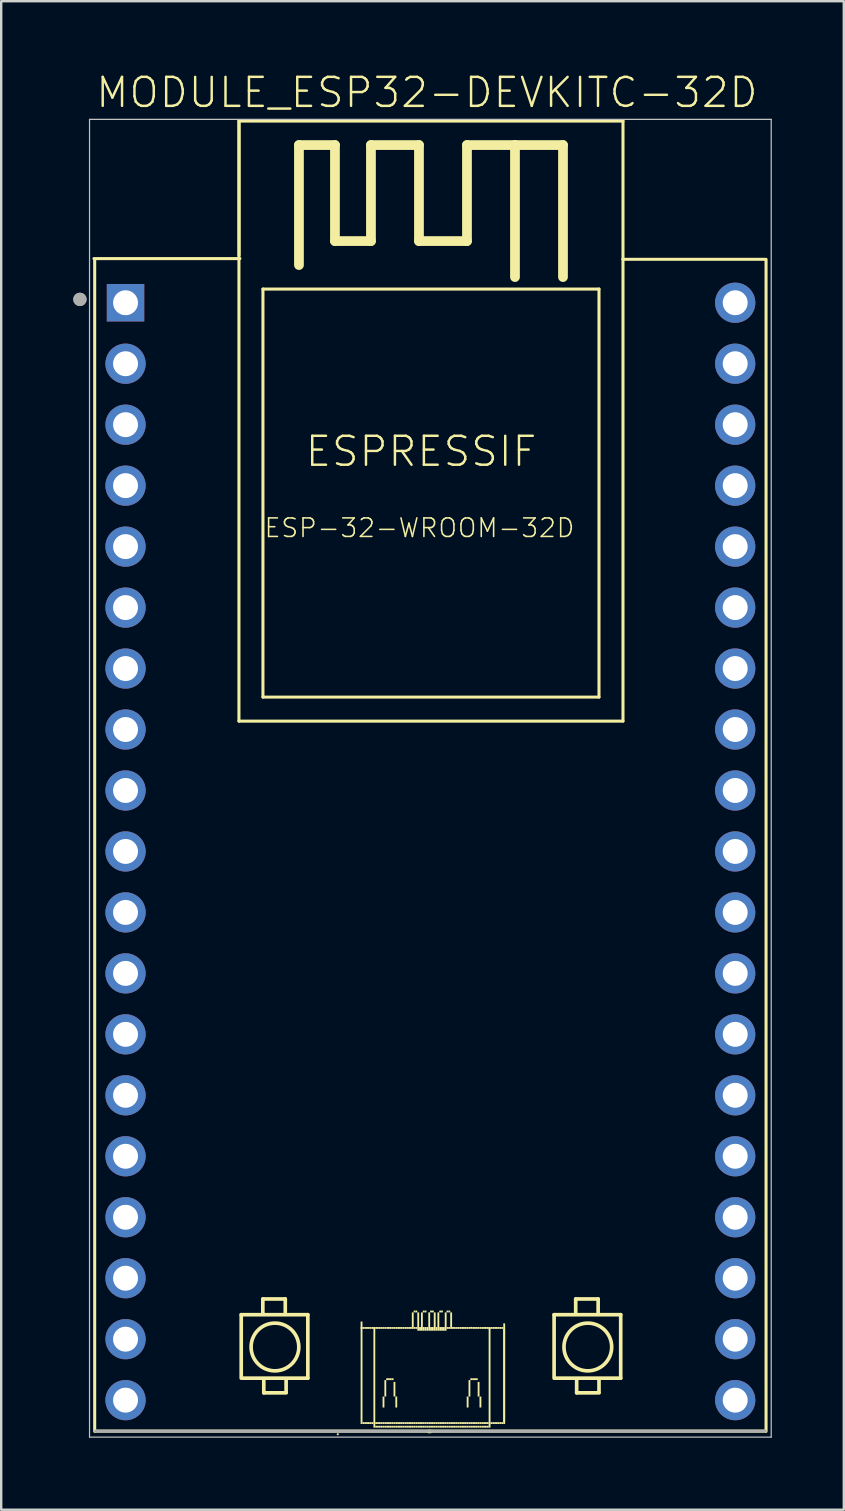
<source format=kicad_pcb>
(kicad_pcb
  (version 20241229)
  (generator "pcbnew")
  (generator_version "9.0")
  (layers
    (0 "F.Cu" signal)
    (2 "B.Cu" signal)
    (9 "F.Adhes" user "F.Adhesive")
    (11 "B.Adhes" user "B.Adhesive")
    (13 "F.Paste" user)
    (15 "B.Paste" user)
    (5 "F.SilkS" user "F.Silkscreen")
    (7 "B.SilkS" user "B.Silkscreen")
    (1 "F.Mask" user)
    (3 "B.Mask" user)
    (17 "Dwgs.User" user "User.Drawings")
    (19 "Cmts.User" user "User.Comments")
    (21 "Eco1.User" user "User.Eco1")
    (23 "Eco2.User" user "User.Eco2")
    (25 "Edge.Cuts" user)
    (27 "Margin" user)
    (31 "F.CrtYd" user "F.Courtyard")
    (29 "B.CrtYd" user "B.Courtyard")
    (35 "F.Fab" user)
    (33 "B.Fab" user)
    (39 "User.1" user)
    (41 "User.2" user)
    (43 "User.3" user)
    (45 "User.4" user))
  (footprint "MODULE_ESP32-DEVKITC-32D"
    (layer "F.Cu")
    (at 14.88 29.323)
    (property "Reference" "MODULE_ESP32-DEVKITC-32D" (at -14.005 -27.811 0) (layer "F.SilkS") (effects (font (size 1.207 1.207) (thickness 0.102)) (justify left bottom)))
    (attr through_hole)
    (fp_line (start -14.015 -21.6) (end -7.935 -21.6) (stroke (width 0.127) (type solid)) (layer "F.SilkS"))
    (fp_line (start -13.985 27.26) (end -13.985 -21.57) (stroke (width 0.127) (type solid)) (layer "F.SilkS"))
    (fp_line (start -7.975 -27.33) (end -7.975 -2.33) (stroke (width 0.127) (type solid)) (layer "F.SilkS"))
    (fp_line (start -7.975 -2.33) (end 8.025 -2.33) (stroke (width 0.127) (type solid)) (layer "F.SilkS"))
    (fp_line (start -7.97 -21.745) (end -7.97 -27.315) (stroke (width 0.127) (type solid)) (layer "F.SilkS"))
    (fp_line (start -7.88 22.4) (end -5.105 22.4) (stroke (width 0.152) (type solid)) (layer "F.SilkS"))
    (fp_line (start -7.88 25.045) (end -7.88 22.4) (stroke (width 0.152) (type solid)) (layer "F.SilkS"))
    (fp_line (start -6.98 21.745) (end -6.045 21.745) (stroke (width 0.152) (type solid)) (layer "F.SilkS"))
    (fp_line (start -6.98 22.365) (end -6.98 21.745) (stroke (width 0.152) (type solid)) (layer "F.SilkS"))
    (fp_line (start -6.975 -20.33) (end -6.975 -3.33) (stroke (width 0.127) (type solid)) (layer "F.SilkS"))
    (fp_line (start -6.975 -3.33) (end 7.025 -3.33) (stroke (width 0.127) (type solid)) (layer "F.SilkS"))
    (fp_line (start -6.94 25.655) (end -6.94 25.095) (stroke (width 0.152) (type solid)) (layer "F.SilkS"))
    (fp_line (start -6.045 21.745) (end -6.045 22.305) (stroke (width 0.152) (type solid)) (layer "F.SilkS"))
    (fp_line (start -6.01 25.62) (end -6.01 25.09) (stroke (width 0.152) (type solid)) (layer "F.SilkS"))
    (fp_line (start -6.005 25.655) (end -6.94 25.655) (stroke (width 0.152) (type solid)) (layer "F.SilkS"))
    (fp_line (start -5.475 -26.33) (end -3.975 -26.33) (stroke (width 0.406) (type solid)) (layer "F.SilkS"))
    (fp_line (start -5.475 -21.33) (end -5.475 -26.33) (stroke (width 0.406) (type solid)) (layer "F.SilkS"))
    (fp_line (start -5.105 22.4) (end -5.105 25.045) (stroke (width 0.152) (type solid)) (layer "F.SilkS"))
    (fp_line (start -5.105 25.045) (end -7.815 25.045) (stroke (width 0.152) (type solid)) (layer "F.SilkS"))
    (fp_line (start -3.975 -26.33) (end -3.975 -22.33) (stroke (width 0.406) (type solid)) (layer "F.SilkS"))
    (fp_line (start -3.975 -22.33) (end -2.475 -22.33) (stroke (width 0.406) (type solid)) (layer "F.SilkS"))
    (fp_line (start -2.475 -26.33) (end -0.475 -26.33) (stroke (width 0.406) (type solid)) (layer "F.SilkS"))
    (fp_line (start -2.475 -22.33) (end -2.475 -26.33) (stroke (width 0.406) (type solid)) (layer "F.SilkS"))
    (fp_line (start -0.475 -26.33) (end -0.475 -22.33) (stroke (width 0.406) (type solid)) (layer "F.SilkS"))
    (fp_line (start -0.475 -22.33) (end 1.525 -22.33) (stroke (width 0.406) (type solid)) (layer "F.SilkS"))
    (fp_line (start 0 27.265) (end -0.07 27.265) (stroke (width 0.152) (type solid)) (layer "F.SilkS"))
    (fp_line (start 1.525 -26.33) (end 3.525 -26.33) (stroke (width 0.406) (type solid)) (layer "F.SilkS"))
    (fp_line (start 1.525 -22.33) (end 1.525 -26.33) (stroke (width 0.406) (type solid)) (layer "F.SilkS"))
    (fp_line (start 3.525 -26.33) (end 3.525 -20.83) (stroke (width 0.406) (type solid)) (layer "F.SilkS"))
    (fp_line (start 3.525 -26.33) (end 5.525 -26.33) (stroke (width 0.406) (type solid)) (layer "F.SilkS"))
    (fp_line (start 5.155 22.4) (end 7.93 22.4) (stroke (width 0.152) (type solid)) (layer "F.SilkS"))
    (fp_line (start 5.155 25.045) (end 5.155 22.4) (stroke (width 0.152) (type solid)) (layer "F.SilkS"))
    (fp_line (start 5.525 -26.33) (end 5.525 -20.83) (stroke (width 0.406) (type solid)) (layer "F.SilkS"))
    (fp_line (start 6.055 21.745) (end 6.99 21.745) (stroke (width 0.152) (type solid)) (layer "F.SilkS"))
    (fp_line (start 6.055 22.365) (end 6.055 21.745) (stroke (width 0.152) (type solid)) (layer "F.SilkS"))
    (fp_line (start 6.095 25.655) (end 6.095 25.095) (stroke (width 0.152) (type solid)) (layer "F.SilkS"))
    (fp_line (start 6.99 21.745) (end 6.99 22.305) (stroke (width 0.152) (type solid)) (layer "F.SilkS"))
    (fp_line (start 7.025 -20.33) (end -6.975 -20.33) (stroke (width 0.127) (type solid)) (layer "F.SilkS"))
    (fp_line (start 7.025 -3.33) (end 7.025 -20.33) (stroke (width 0.127) (type solid)) (layer "F.SilkS"))
    (fp_line (start 7.025 25.62) (end 7.025 25.09) (stroke (width 0.152) (type solid)) (layer "F.SilkS"))
    (fp_line (start 7.03 25.655) (end 6.095 25.655) (stroke (width 0.152) (type solid)) (layer "F.SilkS"))
    (fp_line (start 7.93 22.4) (end 7.93 25.045) (stroke (width 0.152) (type solid)) (layer "F.SilkS"))
    (fp_line (start 7.93 25.045) (end 5.22 25.045) (stroke (width 0.152) (type solid)) (layer "F.SilkS"))
    (fp_line (start 8.025 -27.33) (end -7.975 -27.33) (stroke (width 0.127) (type solid)) (layer "F.SilkS"))
    (fp_line (start 8.025 -21.57) (end 8.025 -27.33) (stroke (width 0.127) (type solid)) (layer "F.SilkS"))
    (fp_line (start 8.025 -2.33) (end 8.025 -21.57) (stroke (width 0.127) (type solid)) (layer "F.SilkS"))
    (fp_line (start 13.925 -21.57) (end 8.025 -21.57) (stroke (width 0.127) (type solid)) (layer "F.SilkS"))
    (fp_line (start 13.95 27.25) (end -13.95 27.25) (stroke (width 0.127) (type solid)) (layer "F.SilkS"))
    (fp_line (start 13.985 27.26) (end 13.985 -21.57) (stroke (width 0.127) (type solid)) (layer "F.SilkS"))
    (fp_circle (center -6.475 23.745) (end -5.481 23.745) (stroke (width 0.152) (type solid)) (fill no) (layer "F.SilkS"))
    (fp_circle (center 6.56 23.745) (end 7.554 23.745) (stroke (width 0.152) (type solid)) (fill no) (layer "F.SilkS"))
    (fp_poly (pts (xy -3.895 27.343) (xy -3.895 27.419) (xy -3.819 27.419) (xy -3.819 27.343)) (stroke (width 0) (type solid)) (fill yes) (layer "F.SilkS"))
    (fp_poly (pts (xy -2.906 22.685) (xy -2.906 26.876) (xy -2.829 26.876) (xy -2.829 22.685)) (stroke (width 0) (type solid)) (fill yes) (layer "F.SilkS"))
    (fp_poly (pts (xy -2.906 22.914) (xy -2.906 22.99) (xy -2.829 22.99) (xy -2.829 22.914)) (stroke (width 0) (type solid)) (fill yes) (layer "F.SilkS"))
    (fp_poly (pts (xy -2.906 26.876) (xy -2.906 26.953) (xy -2.829 26.953) (xy -2.829 26.876)) (stroke (width 0) (type solid)) (fill yes) (layer "F.SilkS"))
    (fp_poly (pts (xy -2.829 22.914) (xy -2.829 22.99) (xy -2.753 22.99) (xy -2.753 22.914)) (stroke (width 0) (type solid)) (fill yes) (layer "F.SilkS"))
    (fp_poly (pts (xy -2.829 26.876) (xy -2.829 26.953) (xy -2.753 26.953) (xy -2.753 26.876)) (stroke (width 0) (type solid)) (fill yes) (layer "F.SilkS"))
    (fp_poly (pts (xy -2.753 22.914) (xy -2.753 22.99) (xy -2.677 22.99) (xy -2.677 22.914)) (stroke (width 0) (type solid)) (fill yes) (layer "F.SilkS"))
    (fp_poly (pts (xy -2.753 26.876) (xy -2.753 26.953) (xy -2.677 26.953) (xy -2.677 26.876)) (stroke (width 0) (type solid)) (fill yes) (layer "F.SilkS"))
    (fp_poly (pts (xy -2.677 22.914) (xy -2.677 22.99) (xy -2.601 22.99) (xy -2.601 22.914)) (stroke (width 0) (type solid)) (fill yes) (layer "F.SilkS"))
    (fp_poly (pts (xy -2.677 26.876) (xy -2.677 26.953) (xy -2.601 26.953) (xy -2.601 26.876)) (stroke (width 0) (type solid)) (fill yes) (layer "F.SilkS"))
    (fp_poly (pts (xy -2.601 22.914) (xy -2.601 22.99) (xy -2.525 22.99) (xy -2.525 22.914)) (stroke (width 0) (type solid)) (fill yes) (layer "F.SilkS"))
    (fp_poly (pts (xy -2.601 26.876) (xy -2.601 26.953) (xy -2.525 26.953) (xy -2.525 26.876)) (stroke (width 0) (type solid)) (fill yes) (layer "F.SilkS"))
    (fp_poly (pts (xy -2.525 22.914) (xy -2.525 22.99) (xy -2.448 22.99) (xy -2.448 22.914)) (stroke (width 0) (type solid)) (fill yes) (layer "F.SilkS"))
    (fp_poly (pts (xy -2.525 26.876) (xy -2.525 26.953) (xy -2.448 26.953) (xy -2.448 26.876)) (stroke (width 0) (type solid)) (fill yes) (layer "F.SilkS"))
    (fp_poly (pts (xy -2.448 22.914) (xy -2.448 22.99) (xy -2.372 22.99) (xy -2.372 22.914)) (stroke (width 0) (type solid)) (fill yes) (layer "F.SilkS"))
    (fp_poly (pts (xy -2.448 26.876) (xy -2.448 26.953) (xy -2.372 26.953) (xy -2.372 26.876)) (stroke (width 0) (type solid)) (fill yes) (layer "F.SilkS"))
    (fp_poly (pts (xy -2.379 22.914) (xy -2.379 22.99) (xy -2.302 22.99) (xy -2.302 22.914)) (stroke (width 0) (type solid)) (fill yes) (layer "F.SilkS"))
    (fp_poly (pts (xy -2.372 22.914) (xy -2.372 27.105) (xy -2.296 27.105) (xy -2.296 22.914)) (stroke (width 0) (type solid)) (fill yes) (layer "F.SilkS"))
    (fp_poly (pts (xy -2.296 22.914) (xy -2.296 22.99) (xy -2.22 22.99) (xy -2.22 22.914)) (stroke (width 0) (type solid)) (fill yes) (layer "F.SilkS"))
    (fp_poly (pts (xy -2.296 26.876) (xy -2.296 26.953) (xy -2.22 26.953) (xy -2.22 26.876)) (stroke (width 0) (type solid)) (fill yes) (layer "F.SilkS"))
    (fp_poly (pts (xy -2.296 27.029) (xy -2.296 27.105) (xy -2.22 27.105) (xy -2.22 27.029)) (stroke (width 0) (type solid)) (fill yes) (layer "F.SilkS"))
    (fp_poly (pts (xy -2.22 22.914) (xy -2.22 22.99) (xy -2.144 22.99) (xy -2.144 22.914)) (stroke (width 0) (type solid)) (fill yes) (layer "F.SilkS"))
    (fp_poly (pts (xy -2.22 26.876) (xy -2.22 26.953) (xy -2.144 26.953) (xy -2.144 26.876)) (stroke (width 0) (type solid)) (fill yes) (layer "F.SilkS"))
    (fp_poly (pts (xy -2.22 27.029) (xy -2.22 27.105) (xy -2.144 27.105) (xy -2.144 27.029)) (stroke (width 0) (type solid)) (fill yes) (layer "F.SilkS"))
    (fp_poly (pts (xy -2.144 22.914) (xy -2.144 22.99) (xy -2.067 22.99) (xy -2.067 22.914)) (stroke (width 0) (type solid)) (fill yes) (layer "F.SilkS"))
    (fp_poly (pts (xy -2.144 26.876) (xy -2.144 26.953) (xy -2.067 26.953) (xy -2.067 26.876)) (stroke (width 0) (type solid)) (fill yes) (layer "F.SilkS"))
    (fp_poly (pts (xy -2.144 27.029) (xy -2.144 27.105) (xy -2.067 27.105) (xy -2.067 27.029)) (stroke (width 0) (type solid)) (fill yes) (layer "F.SilkS"))
    (fp_poly (pts (xy -2.067 22.914) (xy -2.067 22.99) (xy -1.991 22.99) (xy -1.991 22.914)) (stroke (width 0) (type solid)) (fill yes) (layer "F.SilkS"))
    (fp_poly (pts (xy -2.067 26.876) (xy -2.067 26.953) (xy -1.991 26.953) (xy -1.991 26.876)) (stroke (width 0) (type solid)) (fill yes) (layer "F.SilkS"))
    (fp_poly (pts (xy -2.067 27.029) (xy -2.067 27.105) (xy -1.991 27.105) (xy -1.991 27.029)) (stroke (width 0) (type solid)) (fill yes) (layer "F.SilkS"))
    (fp_poly (pts (xy -1.991 22.914) (xy -1.991 22.99) (xy -1.915 22.99) (xy -1.915 22.914)) (stroke (width 0) (type solid)) (fill yes) (layer "F.SilkS"))
    (fp_poly (pts (xy -1.991 25.81) (xy -1.991 26.267) (xy -1.915 26.267) (xy -1.915 25.81)) (stroke (width 0) (type solid)) (fill yes) (layer "F.SilkS"))
    (fp_poly (pts (xy -1.991 26.876) (xy -1.991 26.953) (xy -1.915 26.953) (xy -1.915 26.876)) (stroke (width 0) (type solid)) (fill yes) (layer "F.SilkS"))
    (fp_poly (pts (xy -1.991 27.029) (xy -1.991 27.105) (xy -1.915 27.105) (xy -1.915 27.029)) (stroke (width 0) (type solid)) (fill yes) (layer "F.SilkS"))
    (fp_poly (pts (xy -1.915 22.914) (xy -1.915 22.99) (xy -1.839 22.99) (xy -1.839 22.914)) (stroke (width 0) (type solid)) (fill yes) (layer "F.SilkS"))
    (fp_poly (pts (xy -1.915 25.124) (xy -1.915 25.81) (xy -1.839 25.81) (xy -1.839 25.124)) (stroke (width 0) (type solid)) (fill yes) (layer "F.SilkS"))
    (fp_poly (pts (xy -1.915 26.876) (xy -1.915 26.953) (xy -1.839 26.953) (xy -1.839 26.876)) (stroke (width 0) (type solid)) (fill yes) (layer "F.SilkS"))
    (fp_poly (pts (xy -1.915 27.029) (xy -1.915 27.105) (xy -1.839 27.105) (xy -1.839 27.029)) (stroke (width 0) (type solid)) (fill yes) (layer "F.SilkS"))
    (fp_poly (pts (xy -1.839 25.048) (xy -1.839 25.124) (xy -1.763 25.124) (xy -1.763 25.048)) (stroke (width 0) (type solid)) (fill yes) (layer "F.SilkS"))
    (fp_poly (pts (xy -1.839 26.876) (xy -1.839 26.953) (xy -1.763 26.953) (xy -1.763 26.876)) (stroke (width 0) (type solid)) (fill yes) (layer "F.SilkS"))
    (fp_poly (pts (xy -1.839 27.029) (xy -1.839 27.105) (xy -1.763 27.105) (xy -1.763 27.029)) (stroke (width 0) (type solid)) (fill yes) (layer "F.SilkS"))
    (fp_poly (pts (xy -1.834 22.914) (xy -1.834 22.99) (xy -1.757 22.99) (xy -1.757 22.914)) (stroke (width 0) (type solid)) (fill yes) (layer "F.SilkS"))
    (fp_poly (pts (xy -1.763 22.914) (xy -1.763 22.99) (xy -1.686 22.99) (xy -1.686 22.914)) (stroke (width 0) (type solid)) (fill yes) (layer "F.SilkS"))
    (fp_poly (pts (xy -1.763 25.048) (xy -1.763 25.124) (xy -1.686 25.124) (xy -1.686 25.048)) (stroke (width 0) (type solid)) (fill yes) (layer "F.SilkS"))
    (fp_poly (pts (xy -1.763 26.876) (xy -1.763 26.953) (xy -1.686 26.953) (xy -1.686 26.876)) (stroke (width 0) (type solid)) (fill yes) (layer "F.SilkS"))
    (fp_poly (pts (xy -1.763 27.029) (xy -1.763 27.105) (xy -1.686 27.105) (xy -1.686 27.029)) (stroke (width 0) (type solid)) (fill yes) (layer "F.SilkS"))
    (fp_poly (pts (xy -1.686 22.914) (xy -1.686 22.99) (xy -1.61 22.99) (xy -1.61 22.914)) (stroke (width 0) (type solid)) (fill yes) (layer "F.SilkS"))
    (fp_poly (pts (xy -1.686 25.048) (xy -1.686 25.124) (xy -1.61 25.124) (xy -1.61 25.048)) (stroke (width 0) (type solid)) (fill yes) (layer "F.SilkS"))
    (fp_poly (pts (xy -1.686 26.876) (xy -1.686 26.953) (xy -1.61 26.953) (xy -1.61 26.876)) (stroke (width 0) (type solid)) (fill yes) (layer "F.SilkS"))
    (fp_poly (pts (xy -1.686 27.029) (xy -1.686 27.105) (xy -1.61 27.105) (xy -1.61 27.029)) (stroke (width 0) (type solid)) (fill yes) (layer "F.SilkS"))
    (fp_poly (pts (xy -1.61 22.914) (xy -1.61 22.99) (xy -1.534 22.99) (xy -1.534 22.914)) (stroke (width 0) (type solid)) (fill yes) (layer "F.SilkS"))
    (fp_poly (pts (xy -1.61 25.048) (xy -1.61 25.124) (xy -1.534 25.124) (xy -1.534 25.048)) (stroke (width 0) (type solid)) (fill yes) (layer "F.SilkS"))
    (fp_poly (pts (xy -1.61 26.876) (xy -1.61 26.953) (xy -1.534 26.953) (xy -1.534 26.876)) (stroke (width 0) (type solid)) (fill yes) (layer "F.SilkS"))
    (fp_poly (pts (xy -1.61 27.029) (xy -1.61 27.105) (xy -1.534 27.105) (xy -1.534 27.029)) (stroke (width 0) (type solid)) (fill yes) (layer "F.SilkS"))
    (fp_poly (pts (xy -1.534 22.914) (xy -1.534 22.99) (xy -1.458 22.99) (xy -1.458 22.914)) (stroke (width 0) (type solid)) (fill yes) (layer "F.SilkS"))
    (fp_poly (pts (xy -1.534 25.2) (xy -1.534 25.81) (xy -1.458 25.81) (xy -1.458 25.2)) (stroke (width 0) (type solid)) (fill yes) (layer "F.SilkS"))
    (fp_poly (pts (xy -1.534 26.876) (xy -1.534 26.953) (xy -1.458 26.953) (xy -1.458 26.876)) (stroke (width 0) (type solid)) (fill yes) (layer "F.SilkS"))
    (fp_poly (pts (xy -1.534 27.029) (xy -1.534 27.105) (xy -1.458 27.105) (xy -1.458 27.029)) (stroke (width 0) (type solid)) (fill yes) (layer "F.SilkS"))
    (fp_poly (pts (xy -1.458 22.914) (xy -1.458 22.99) (xy -1.382 22.99) (xy -1.382 22.914)) (stroke (width 0) (type solid)) (fill yes) (layer "F.SilkS"))
    (fp_poly (pts (xy -1.458 25.81) (xy -1.458 26.267) (xy -1.382 26.267) (xy -1.382 25.81)) (stroke (width 0) (type solid)) (fill yes) (layer "F.SilkS"))
    (fp_poly (pts (xy -1.458 26.876) (xy -1.458 26.953) (xy -1.382 26.953) (xy -1.382 26.876)) (stroke (width 0) (type solid)) (fill yes) (layer "F.SilkS"))
    (fp_poly (pts (xy -1.458 27.029) (xy -1.458 27.105) (xy -1.382 27.105) (xy -1.382 27.029)) (stroke (width 0) (type solid)) (fill yes) (layer "F.SilkS"))
    (fp_poly (pts (xy -1.382 22.914) (xy -1.382 22.99) (xy -1.305 22.99) (xy -1.305 22.914)) (stroke (width 0) (type solid)) (fill yes) (layer "F.SilkS"))
    (fp_poly (pts (xy -1.382 26.876) (xy -1.382 26.953) (xy -1.305 26.953) (xy -1.305 26.876)) (stroke (width 0) (type solid)) (fill yes) (layer "F.SilkS"))
    (fp_poly (pts (xy -1.382 27.029) (xy -1.382 27.105) (xy -1.305 27.105) (xy -1.305 27.029)) (stroke (width 0) (type solid)) (fill yes) (layer "F.SilkS"))
    (fp_poly (pts (xy -1.305 22.914) (xy -1.305 22.99) (xy -1.229 22.99) (xy -1.229 22.914)) (stroke (width 0) (type solid)) (fill yes) (layer "F.SilkS"))
    (fp_poly (pts (xy -1.305 26.876) (xy -1.305 26.953) (xy -1.229 26.953) (xy -1.229 26.876)) (stroke (width 0) (type solid)) (fill yes) (layer "F.SilkS"))
    (fp_poly (pts (xy -1.305 27.029) (xy -1.305 27.105) (xy -1.229 27.105) (xy -1.229 27.029)) (stroke (width 0) (type solid)) (fill yes) (layer "F.SilkS"))
    (fp_poly (pts (xy -1.229 22.914) (xy -1.229 22.99) (xy -1.153 22.99) (xy -1.153 22.914)) (stroke (width 0) (type solid)) (fill yes) (layer "F.SilkS"))
    (fp_poly (pts (xy -1.229 26.876) (xy -1.229 26.953) (xy -1.153 26.953) (xy -1.153 26.876)) (stroke (width 0) (type solid)) (fill yes) (layer "F.SilkS"))
    (fp_poly (pts (xy -1.229 27.029) (xy -1.229 27.105) (xy -1.153 27.105) (xy -1.153 27.029)) (stroke (width 0) (type solid)) (fill yes) (layer "F.SilkS"))
    (fp_poly (pts (xy -1.153 22.914) (xy -1.153 22.99) (xy -1.077 22.99) (xy -1.077 22.914)) (stroke (width 0) (type solid)) (fill yes) (layer "F.SilkS"))
    (fp_poly (pts (xy -1.153 26.876) (xy -1.153 26.953) (xy -1.077 26.953) (xy -1.077 26.876)) (stroke (width 0) (type solid)) (fill yes) (layer "F.SilkS"))
    (fp_poly (pts (xy -1.153 27.029) (xy -1.153 27.105) (xy -1.077 27.105) (xy -1.077 27.029)) (stroke (width 0) (type solid)) (fill yes) (layer "F.SilkS"))
    (fp_poly (pts (xy -1.077 22.914) (xy -1.077 22.99) (xy -1.001 22.99) (xy -1.001 22.914)) (stroke (width 0) (type solid)) (fill yes) (layer "F.SilkS"))
    (fp_poly (pts (xy -1.077 26.876) (xy -1.077 26.953) (xy -1.001 26.953) (xy -1.001 26.876)) (stroke (width 0) (type solid)) (fill yes) (layer "F.SilkS"))
    (fp_poly (pts (xy -1.077 27.029) (xy -1.077 27.105) (xy -1.001 27.105) (xy -1.001 27.029)) (stroke (width 0) (type solid)) (fill yes) (layer "F.SilkS"))
    (fp_poly (pts (xy -1.001 22.914) (xy -1.001 22.99) (xy -0.924 22.99) (xy -0.924 22.914)) (stroke (width 0) (type solid)) (fill yes) (layer "F.SilkS"))
    (fp_poly (pts (xy -1.001 26.876) (xy -1.001 26.953) (xy -0.924 26.953) (xy -0.924 26.876)) (stroke (width 0) (type solid)) (fill yes) (layer "F.SilkS"))
    (fp_poly (pts (xy -1.001 27.029) (xy -1.001 27.105) (xy -0.924 27.105) (xy -0.924 27.029)) (stroke (width 0) (type solid)) (fill yes) (layer "F.SilkS"))
    (fp_poly (pts (xy -0.924 22.914) (xy -0.924 22.99) (xy -0.848 22.99) (xy -0.848 22.914)) (stroke (width 0) (type solid)) (fill yes) (layer "F.SilkS"))
    (fp_poly (pts (xy -0.924 26.876) (xy -0.924 26.953) (xy -0.848 26.953) (xy -0.848 26.876)) (stroke (width 0) (type solid)) (fill yes) (layer "F.SilkS"))
    (fp_poly (pts (xy -0.924 27.029) (xy -0.924 27.105) (xy -0.848 27.105) (xy -0.848 27.029)) (stroke (width 0) (type solid)) (fill yes) (layer "F.SilkS"))
    (fp_poly (pts (xy -0.848 22.914) (xy -0.848 22.99) (xy -0.772 22.99) (xy -0.772 22.914)) (stroke (width 0) (type solid)) (fill yes) (layer "F.SilkS"))
    (fp_poly (pts (xy -0.848 26.876) (xy -0.848 26.953) (xy -0.772 26.953) (xy -0.772 26.876)) (stroke (width 0) (type solid)) (fill yes) (layer "F.SilkS"))
    (fp_poly (pts (xy -0.848 27.029) (xy -0.848 27.105) (xy -0.772 27.105) (xy -0.772 27.029)) (stroke (width 0) (type solid)) (fill yes) (layer "F.SilkS"))
    (fp_poly (pts (xy -0.772 22.304) (xy -0.772 22.99) (xy -0.696 22.99) (xy -0.696 22.304)) (stroke (width 0) (type solid)) (fill yes) (layer "F.SilkS"))
    (fp_poly (pts (xy -0.772 26.876) (xy -0.772 26.953) (xy -0.696 26.953) (xy -0.696 26.876)) (stroke (width 0) (type solid)) (fill yes) (layer "F.SilkS"))
    (fp_poly (pts (xy -0.772 27.029) (xy -0.772 27.105) (xy -0.696 27.105) (xy -0.696 27.029)) (stroke (width 0) (type solid)) (fill yes) (layer "F.SilkS"))
    (fp_poly (pts (xy -0.696 22.228) (xy -0.696 22.304) (xy -0.62 22.304) (xy -0.62 22.228)) (stroke (width 0) (type solid)) (fill yes) (layer "F.SilkS"))
    (fp_poly (pts (xy -0.696 22.914) (xy -0.696 22.99) (xy -0.62 22.99) (xy -0.62 22.914)) (stroke (width 0) (type solid)) (fill yes) (layer "F.SilkS"))
    (fp_poly (pts (xy -0.696 26.876) (xy -0.696 26.953) (xy -0.62 26.953) (xy -0.62 26.876)) (stroke (width 0) (type solid)) (fill yes) (layer "F.SilkS"))
    (fp_poly (pts (xy -0.696 27.029) (xy -0.696 27.105) (xy -0.62 27.105) (xy -0.62 27.029)) (stroke (width 0) (type solid)) (fill yes) (layer "F.SilkS"))
    (fp_poly (pts (xy -0.62 22.228) (xy -0.62 22.304) (xy -0.543 22.304) (xy -0.543 22.228)) (stroke (width 0) (type solid)) (fill yes) (layer "F.SilkS"))
    (fp_poly (pts (xy -0.62 22.914) (xy -0.62 22.99) (xy -0.543 22.99) (xy -0.543 22.914)) (stroke (width 0) (type solid)) (fill yes) (layer "F.SilkS"))
    (fp_poly (pts (xy -0.62 26.876) (xy -0.62 26.953) (xy -0.543 26.953) (xy -0.543 26.876)) (stroke (width 0) (type solid)) (fill yes) (layer "F.SilkS"))
    (fp_poly (pts (xy -0.62 27.029) (xy -0.62 27.105) (xy -0.543 27.105) (xy -0.543 27.029)) (stroke (width 0) (type solid)) (fill yes) (layer "F.SilkS"))
    (fp_poly (pts (xy -0.543 22.304) (xy -0.543 23.066) (xy -0.467 23.066) (xy -0.467 22.304)) (stroke (width 0) (type solid)) (fill yes) (layer "F.SilkS"))
    (fp_poly (pts (xy -0.543 26.876) (xy -0.543 26.953) (xy -0.467 26.953) (xy -0.467 26.876)) (stroke (width 0) (type solid)) (fill yes) (layer "F.SilkS"))
    (fp_poly (pts (xy -0.543 27.029) (xy -0.543 27.105) (xy -0.467 27.105) (xy -0.467 27.029)) (stroke (width 0) (type solid)) (fill yes) (layer "F.SilkS"))
    (fp_poly (pts (xy -0.467 22.914) (xy -0.467 23.066) (xy -0.391 23.066) (xy -0.391 22.914)) (stroke (width 0) (type solid)) (fill yes) (layer "F.SilkS"))
    (fp_poly (pts (xy -0.467 26.876) (xy -0.467 26.953) (xy -0.391 26.953) (xy -0.391 26.876)) (stroke (width 0) (type solid)) (fill yes) (layer "F.SilkS"))
    (fp_poly (pts (xy -0.467 27.029) (xy -0.467 27.105) (xy -0.391 27.105) (xy -0.391 27.029)) (stroke (width 0) (type solid)) (fill yes) (layer "F.SilkS"))
    (fp_poly (pts (xy -0.391 22.304) (xy -0.391 23.066) (xy -0.315 23.066) (xy -0.315 22.304)) (stroke (width 0) (type solid)) (fill yes) (layer "F.SilkS"))
    (fp_poly (pts (xy -0.391 26.876) (xy -0.391 26.953) (xy -0.315 26.953) (xy -0.315 26.876)) (stroke (width 0) (type solid)) (fill yes) (layer "F.SilkS"))
    (fp_poly (pts (xy -0.391 27.029) (xy -0.391 27.105) (xy -0.315 27.105) (xy -0.315 27.029)) (stroke (width 0) (type solid)) (fill yes) (layer "F.SilkS"))
    (fp_poly (pts (xy -0.315 22.228) (xy -0.315 22.304) (xy -0.239 22.304) (xy -0.239 22.228)) (stroke (width 0) (type solid)) (fill yes) (layer "F.SilkS"))
    (fp_poly (pts (xy -0.315 22.914) (xy -0.315 23.066) (xy -0.239 23.066) (xy -0.239 22.914)) (stroke (width 0) (type solid)) (fill yes) (layer "F.SilkS"))
    (fp_poly (pts (xy -0.315 26.876) (xy -0.315 26.953) (xy -0.239 26.953) (xy -0.239 26.876)) (stroke (width 0) (type solid)) (fill yes) (layer "F.SilkS"))
    (fp_poly (pts (xy -0.315 27.029) (xy -0.315 27.105) (xy -0.239 27.105) (xy -0.239 27.029)) (stroke (width 0) (type solid)) (fill yes) (layer "F.SilkS"))
    (fp_poly (pts (xy -0.239 22.228) (xy -0.239 22.304) (xy -0.162 22.304) (xy -0.162 22.228)) (stroke (width 0) (type solid)) (fill yes) (layer "F.SilkS"))
    (fp_poly (pts (xy -0.239 22.914) (xy -0.239 23.066) (xy -0.162 23.066) (xy -0.162 22.914)) (stroke (width 0) (type solid)) (fill yes) (layer "F.SilkS"))
    (fp_poly (pts (xy -0.239 26.876) (xy -0.239 26.953) (xy -0.162 26.953) (xy -0.162 26.876)) (stroke (width 0) (type solid)) (fill yes) (layer "F.SilkS"))
    (fp_poly (pts (xy -0.239 27.029) (xy -0.239 27.105) (xy -0.162 27.105) (xy -0.162 27.029)) (stroke (width 0) (type solid)) (fill yes) (layer "F.SilkS"))
    (fp_poly (pts (xy -0.162 22.914) (xy -0.162 23.066) (xy -0.086 23.066) (xy -0.086 22.914)) (stroke (width 0) (type solid)) (fill yes) (layer "F.SilkS"))
    (fp_poly (pts (xy -0.162 26.876) (xy -0.162 26.953) (xy -0.086 26.953) (xy -0.086 26.876)) (stroke (width 0) (type solid)) (fill yes) (layer "F.SilkS"))
    (fp_poly (pts (xy -0.162 27.029) (xy -0.162 27.105) (xy -0.086 27.105) (xy -0.086 27.029)) (stroke (width 0) (type solid)) (fill yes) (layer "F.SilkS"))
    (fp_poly (pts (xy -0.086 22.304) (xy -0.086 23.066) (xy -0.01 23.066) (xy -0.01 22.304)) (stroke (width 0) (type solid)) (fill yes) (layer "F.SilkS"))
    (fp_poly (pts (xy -0.086 26.876) (xy -0.086 26.953) (xy -0.01 26.953) (xy -0.01 26.876)) (stroke (width 0) (type solid)) (fill yes) (layer "F.SilkS"))
    (fp_poly (pts (xy -0.086 27.029) (xy -0.086 27.105) (xy -0.01 27.105) (xy -0.01 27.029)) (stroke (width 0) (type solid)) (fill yes) (layer "F.SilkS"))
    (fp_poly (pts (xy -0.01 22.228) (xy -0.01 22.304) (xy 0.066 22.304) (xy 0.066 22.228)) (stroke (width 0) (type solid)) (fill yes) (layer "F.SilkS"))
    (fp_poly (pts (xy -0.01 22.914) (xy -0.01 23.066) (xy 0.066 23.066) (xy 0.066 22.914)) (stroke (width 0) (type solid)) (fill yes) (layer "F.SilkS"))
    (fp_poly (pts (xy -0.01 26.876) (xy -0.01 26.953) (xy 0.066 26.953) (xy 0.066 26.876)) (stroke (width 0) (type solid)) (fill yes) (layer "F.SilkS"))
    (fp_poly (pts (xy -0.01 27.029) (xy -0.01 27.105) (xy 0.066 27.105) (xy 0.066 27.029)) (stroke (width 0) (type solid)) (fill yes) (layer "F.SilkS"))
    (fp_poly (pts (xy 0.066 22.228) (xy 0.066 22.304) (xy 0.142 22.304) (xy 0.142 22.228)) (stroke (width 0) (type solid)) (fill yes) (layer "F.SilkS"))
    (fp_poly (pts (xy 0.066 22.914) (xy 0.066 23.066) (xy 0.142 23.066) (xy 0.142 22.914)) (stroke (width 0) (type solid)) (fill yes) (layer "F.SilkS"))
    (fp_poly (pts (xy 0.066 26.876) (xy 0.066 26.953) (xy 0.142 26.953) (xy 0.142 26.876)) (stroke (width 0) (type solid)) (fill yes) (layer "F.SilkS"))
    (fp_poly (pts (xy 0.066 27.029) (xy 0.066 27.105) (xy 0.142 27.105) (xy 0.142 27.029)) (stroke (width 0) (type solid)) (fill yes) (layer "F.SilkS"))
    (fp_poly (pts (xy 0.142 22.304) (xy 0.142 23.066) (xy 0.219 23.066) (xy 0.219 22.304)) (stroke (width 0) (type solid)) (fill yes) (layer "F.SilkS"))
    (fp_poly (pts (xy 0.142 26.876) (xy 0.142 26.953) (xy 0.219 26.953) (xy 0.219 26.876)) (stroke (width 0) (type solid)) (fill yes) (layer "F.SilkS"))
    (fp_poly (pts (xy 0.142 27.029) (xy 0.142 27.105) (xy 0.219 27.105) (xy 0.219 27.029)) (stroke (width 0) (type solid)) (fill yes) (layer "F.SilkS"))
    (fp_poly (pts (xy 0.219 22.914) (xy 0.219 23.066) (xy 0.295 23.066) (xy 0.295 22.914)) (stroke (width 0) (type solid)) (fill yes) (layer "F.SilkS"))
    (fp_poly (pts (xy 0.219 26.876) (xy 0.219 26.953) (xy 0.295 26.953) (xy 0.295 26.876)) (stroke (width 0) (type solid)) (fill yes) (layer "F.SilkS"))
    (fp_poly (pts (xy 0.219 27.029) (xy 0.219 27.105) (xy 0.295 27.105) (xy 0.295 27.029)) (stroke (width 0) (type solid)) (fill yes) (layer "F.SilkS"))
    (fp_poly (pts (xy 0.295 22.304) (xy 0.295 23.066) (xy 0.371 23.066) (xy 0.371 22.304)) (stroke (width 0) (type solid)) (fill yes) (layer "F.SilkS"))
    (fp_poly (pts (xy 0.295 26.876) (xy 0.295 26.953) (xy 0.371 26.953) (xy 0.371 26.876)) (stroke (width 0) (type solid)) (fill yes) (layer "F.SilkS"))
    (fp_poly (pts (xy 0.295 27.029) (xy 0.295 27.105) (xy 0.371 27.105) (xy 0.371 27.029)) (stroke (width 0) (type solid)) (fill yes) (layer "F.SilkS"))
    (fp_poly (pts (xy 0.371 22.228) (xy 0.371 22.304) (xy 0.447 22.304) (xy 0.447 22.228)) (stroke (width 0) (type solid)) (fill yes) (layer "F.SilkS"))
    (fp_poly (pts (xy 0.371 22.914) (xy 0.371 23.066) (xy 0.447 23.066) (xy 0.447 22.914)) (stroke (width 0) (type solid)) (fill yes) (layer "F.SilkS"))
    (fp_poly (pts (xy 0.371 26.876) (xy 0.371 26.953) (xy 0.447 26.953) (xy 0.447 26.876)) (stroke (width 0) (type solid)) (fill yes) (layer "F.SilkS"))
    (fp_poly (pts (xy 0.371 27.029) (xy 0.371 27.105) (xy 0.447 27.105) (xy 0.447 27.029)) (stroke (width 0) (type solid)) (fill yes) (layer "F.SilkS"))
    (fp_poly (pts (xy 0.447 22.228) (xy 0.447 22.304) (xy 0.523 22.304) (xy 0.523 22.228)) (stroke (width 0) (type solid)) (fill yes) (layer "F.SilkS"))
    (fp_poly (pts (xy 0.447 22.914) (xy 0.447 23.066) (xy 0.523 23.066) (xy 0.523 22.914)) (stroke (width 0) (type solid)) (fill yes) (layer "F.SilkS"))
    (fp_poly (pts (xy 0.447 26.876) (xy 0.447 26.953) (xy 0.523 26.953) (xy 0.523 26.876)) (stroke (width 0) (type solid)) (fill yes) (layer "F.SilkS"))
    (fp_poly (pts (xy 0.447 27.029) (xy 0.447 27.105) (xy 0.523 27.105) (xy 0.523 27.029)) (stroke (width 0) (type solid)) (fill yes) (layer "F.SilkS"))
    (fp_poly (pts (xy 0.523 22.914) (xy 0.523 23.066) (xy 0.6 23.066) (xy 0.6 22.914)) (stroke (width 0) (type solid)) (fill yes) (layer "F.SilkS"))
    (fp_poly (pts (xy 0.523 26.876) (xy 0.523 26.953) (xy 0.6 26.953) (xy 0.6 26.876)) (stroke (width 0) (type solid)) (fill yes) (layer "F.SilkS"))
    (fp_poly (pts (xy 0.523 27.029) (xy 0.523 27.105) (xy 0.6 27.105) (xy 0.6 27.029)) (stroke (width 0) (type solid)) (fill yes) (layer "F.SilkS"))
    (fp_poly (pts (xy 0.6 22.304) (xy 0.6 23.066) (xy 0.676 23.066) (xy 0.676 22.304)) (stroke (width 0) (type solid)) (fill yes) (layer "F.SilkS"))
    (fp_poly (pts (xy 0.6 26.876) (xy 0.6 26.953) (xy 0.676 26.953) (xy 0.676 26.876)) (stroke (width 0) (type solid)) (fill yes) (layer "F.SilkS"))
    (fp_poly (pts (xy 0.6 27.029) (xy 0.6 27.105) (xy 0.676 27.105) (xy 0.676 27.029)) (stroke (width 0) (type solid)) (fill yes) (layer "F.SilkS"))
    (fp_poly (pts (xy 0.676 22.228) (xy 0.676 22.304) (xy 0.752 22.304) (xy 0.752 22.228)) (stroke (width 0) (type solid)) (fill yes) (layer "F.SilkS"))
    (fp_poly (pts (xy 0.676 26.876) (xy 0.676 26.953) (xy 0.752 26.953) (xy 0.752 26.876)) (stroke (width 0) (type solid)) (fill yes) (layer "F.SilkS"))
    (fp_poly (pts (xy 0.676 27.029) (xy 0.676 27.105) (xy 0.752 27.105) (xy 0.752 27.029)) (stroke (width 0) (type solid)) (fill yes) (layer "F.SilkS"))
    (fp_poly (pts (xy 0.681 22.914) (xy 0.681 22.99) (xy 0.758 22.99) (xy 0.758 22.914)) (stroke (width 0) (type solid)) (fill yes) (layer "F.SilkS"))
    (fp_poly (pts (xy 0.752 22.228) (xy 0.752 22.304) (xy 0.828 22.304) (xy 0.828 22.228)) (stroke (width 0) (type solid)) (fill yes) (layer "F.SilkS"))
    (fp_poly (pts (xy 0.752 22.914) (xy 0.752 22.99) (xy 0.828 22.99) (xy 0.828 22.914)) (stroke (width 0) (type solid)) (fill yes) (layer "F.SilkS"))
    (fp_poly (pts (xy 0.752 26.876) (xy 0.752 26.953) (xy 0.828 26.953) (xy 0.828 26.876)) (stroke (width 0) (type solid)) (fill yes) (layer "F.SilkS"))
    (fp_poly (pts (xy 0.752 27.029) (xy 0.752 27.105) (xy 0.828 27.105) (xy 0.828 27.029)) (stroke (width 0) (type solid)) (fill yes) (layer "F.SilkS"))
    (fp_poly (pts (xy 0.828 22.304) (xy 0.828 22.99) (xy 0.904 22.99) (xy 0.904 22.304)) (stroke (width 0) (type solid)) (fill yes) (layer "F.SilkS"))
    (fp_poly (pts (xy 0.828 26.876) (xy 0.828 26.953) (xy 0.904 26.953) (xy 0.904 26.876)) (stroke (width 0) (type solid)) (fill yes) (layer "F.SilkS"))
    (fp_poly (pts (xy 0.828 27.029) (xy 0.828 27.105) (xy 0.904 27.105) (xy 0.904 27.029)) (stroke (width 0) (type solid)) (fill yes) (layer "F.SilkS"))
    (fp_poly (pts (xy 0.904 22.914) (xy 0.904 22.99) (xy 0.981 22.99) (xy 0.981 22.914)) (stroke (width 0) (type solid)) (fill yes) (layer "F.SilkS"))
    (fp_poly (pts (xy 0.904 26.876) (xy 0.904 26.953) (xy 0.981 26.953) (xy 0.981 26.876)) (stroke (width 0) (type solid)) (fill yes) (layer "F.SilkS"))
    (fp_poly (pts (xy 0.904 27.029) (xy 0.904 27.105) (xy 0.981 27.105) (xy 0.981 27.029)) (stroke (width 0) (type solid)) (fill yes) (layer "F.SilkS"))
    (fp_poly (pts (xy 0.981 22.914) (xy 0.981 22.99) (xy 1.057 22.99) (xy 1.057 22.914)) (stroke (width 0) (type solid)) (fill yes) (layer "F.SilkS"))
    (fp_poly (pts (xy 0.981 26.876) (xy 0.981 26.953) (xy 1.057 26.953) (xy 1.057 26.876)) (stroke (width 0) (type solid)) (fill yes) (layer "F.SilkS"))
    (fp_poly (pts (xy 0.981 27.029) (xy 0.981 27.105) (xy 1.057 27.105) (xy 1.057 27.029)) (stroke (width 0) (type solid)) (fill yes) (layer "F.SilkS"))
    (fp_poly (pts (xy 1.057 22.914) (xy 1.057 22.99) (xy 1.133 22.99) (xy 1.133 22.914)) (stroke (width 0) (type solid)) (fill yes) (layer "F.SilkS"))
    (fp_poly (pts (xy 1.057 26.876) (xy 1.057 26.953) (xy 1.133 26.953) (xy 1.133 26.876)) (stroke (width 0) (type solid)) (fill yes) (layer "F.SilkS"))
    (fp_poly (pts (xy 1.057 27.029) (xy 1.057 27.105) (xy 1.133 27.105) (xy 1.133 27.029)) (stroke (width 0) (type solid)) (fill yes) (layer "F.SilkS"))
    (fp_poly (pts (xy 1.133 22.914) (xy 1.133 22.99) (xy 1.209 22.99) (xy 1.209 22.914)) (stroke (width 0) (type solid)) (fill yes) (layer "F.SilkS"))
    (fp_poly (pts (xy 1.133 26.876) (xy 1.133 26.953) (xy 1.209 26.953) (xy 1.209 26.876)) (stroke (width 0) (type solid)) (fill yes) (layer "F.SilkS"))
    (fp_poly (pts (xy 1.133 27.029) (xy 1.133 27.105) (xy 1.209 27.105) (xy 1.209 27.029)) (stroke (width 0) (type solid)) (fill yes) (layer "F.SilkS"))
    (fp_poly (pts (xy 1.209 22.914) (xy 1.209 22.99) (xy 1.285 22.99) (xy 1.285 22.914)) (stroke (width 0) (type solid)) (fill yes) (layer "F.SilkS"))
    (fp_poly (pts (xy 1.209 26.876) (xy 1.209 26.953) (xy 1.285 26.953) (xy 1.285 26.876)) (stroke (width 0) (type solid)) (fill yes) (layer "F.SilkS"))
    (fp_poly (pts (xy 1.209 27.029) (xy 1.209 27.105) (xy 1.285 27.105) (xy 1.285 27.029)) (stroke (width 0) (type solid)) (fill yes) (layer "F.SilkS"))
    (fp_poly (pts (xy 1.285 22.914) (xy 1.285 22.99) (xy 1.362 22.99) (xy 1.362 22.914)) (stroke (width 0) (type solid)) (fill yes) (layer "F.SilkS"))
    (fp_poly (pts (xy 1.285 26.876) (xy 1.285 26.953) (xy 1.362 26.953) (xy 1.362 26.876)) (stroke (width 0) (type solid)) (fill yes) (layer "F.SilkS"))
    (fp_poly (pts (xy 1.285 27.029) (xy 1.285 27.105) (xy 1.362 27.105) (xy 1.362 27.029)) (stroke (width 0) (type solid)) (fill yes) (layer "F.SilkS"))
    (fp_poly (pts (xy 1.362 22.914) (xy 1.362 22.99) (xy 1.438 22.99) (xy 1.438 22.914)) (stroke (width 0) (type solid)) (fill yes) (layer "F.SilkS"))
    (fp_poly (pts (xy 1.362 26.876) (xy 1.362 26.953) (xy 1.438 26.953) (xy 1.438 26.876)) (stroke (width 0) (type solid)) (fill yes) (layer "F.SilkS"))
    (fp_poly (pts (xy 1.362 27.029) (xy 1.362 27.105) (xy 1.438 27.105) (xy 1.438 27.029)) (stroke (width 0) (type solid)) (fill yes) (layer "F.SilkS"))
    (fp_poly (pts (xy 1.438 22.914) (xy 1.438 22.99) (xy 1.514 22.99) (xy 1.514 22.914)) (stroke (width 0) (type solid)) (fill yes) (layer "F.SilkS"))
    (fp_poly (pts (xy 1.438 26.876) (xy 1.438 26.953) (xy 1.514 26.953) (xy 1.514 26.876)) (stroke (width 0) (type solid)) (fill yes) (layer "F.SilkS"))
    (fp_poly (pts (xy 1.438 27.029) (xy 1.438 27.105) (xy 1.514 27.105) (xy 1.514 27.029)) (stroke (width 0) (type solid)) (fill yes) (layer "F.SilkS"))
    (fp_poly (pts (xy 1.514 22.914) (xy 1.514 22.99) (xy 1.59 22.99) (xy 1.59 22.914)) (stroke (width 0) (type solid)) (fill yes) (layer "F.SilkS"))
    (fp_poly (pts (xy 1.514 25.81) (xy 1.514 26.267) (xy 1.59 26.267) (xy 1.59 25.81)) (stroke (width 0) (type solid)) (fill yes) (layer "F.SilkS"))
    (fp_poly (pts (xy 1.514 26.876) (xy 1.514 26.953) (xy 1.59 26.953) (xy 1.59 26.876)) (stroke (width 0) (type solid)) (fill yes) (layer "F.SilkS"))
    (fp_poly (pts (xy 1.514 27.029) (xy 1.514 27.105) (xy 1.59 27.105) (xy 1.59 27.029)) (stroke (width 0) (type solid)) (fill yes) (layer "F.SilkS"))
    (fp_poly (pts (xy 1.59 22.914) (xy 1.59 22.99) (xy 1.666 22.99) (xy 1.666 22.914)) (stroke (width 0) (type solid)) (fill yes) (layer "F.SilkS"))
    (fp_poly (pts (xy 1.59 25.124) (xy 1.59 25.81) (xy 1.666 25.81) (xy 1.666 25.124)) (stroke (width 0) (type solid)) (fill yes) (layer "F.SilkS"))
    (fp_poly (pts (xy 1.59 26.876) (xy 1.59 26.953) (xy 1.666 26.953) (xy 1.666 26.876)) (stroke (width 0) (type solid)) (fill yes) (layer "F.SilkS"))
    (fp_poly (pts (xy 1.59 27.029) (xy 1.59 27.105) (xy 1.666 27.105) (xy 1.666 27.029)) (stroke (width 0) (type solid)) (fill yes) (layer "F.SilkS"))
    (fp_poly (pts (xy 1.659 22.91) (xy 1.659 22.986) (xy 1.735 22.986) (xy 1.735 22.91)) (stroke (width 0) (type solid)) (fill yes) (layer "F.SilkS"))
    (fp_poly (pts (xy 1.666 25.048) (xy 1.666 25.124) (xy 1.743 25.124) (xy 1.743 25.048)) (stroke (width 0) (type solid)) (fill yes) (layer "F.SilkS"))
    (fp_poly (pts (xy 1.666 26.876) (xy 1.666 26.953) (xy 1.743 26.953) (xy 1.743 26.876)) (stroke (width 0) (type solid)) (fill yes) (layer "F.SilkS"))
    (fp_poly (pts (xy 1.666 27.029) (xy 1.666 27.105) (xy 1.743 27.105) (xy 1.743 27.029)) (stroke (width 0) (type solid)) (fill yes) (layer "F.SilkS"))
    (fp_poly (pts (xy 1.743 22.914) (xy 1.743 22.99) (xy 1.819 22.99) (xy 1.819 22.914)) (stroke (width 0) (type solid)) (fill yes) (layer "F.SilkS"))
    (fp_poly (pts (xy 1.743 25.048) (xy 1.743 25.124) (xy 1.819 25.124) (xy 1.819 25.048)) (stroke (width 0) (type solid)) (fill yes) (layer "F.SilkS"))
    (fp_poly (pts (xy 1.743 26.876) (xy 1.743 26.953) (xy 1.819 26.953) (xy 1.819 26.876)) (stroke (width 0) (type solid)) (fill yes) (layer "F.SilkS"))
    (fp_poly (pts (xy 1.743 27.029) (xy 1.743 27.105) (xy 1.819 27.105) (xy 1.819 27.029)) (stroke (width 0) (type solid)) (fill yes) (layer "F.SilkS"))
    (fp_poly (pts (xy 1.819 22.914) (xy 1.819 22.99) (xy 1.895 22.99) (xy 1.895 22.914)) (stroke (width 0) (type solid)) (fill yes) (layer "F.SilkS"))
    (fp_poly (pts (xy 1.819 25.048) (xy 1.819 25.124) (xy 1.895 25.124) (xy 1.895 25.048)) (stroke (width 0) (type solid)) (fill yes) (layer "F.SilkS"))
    (fp_poly (pts (xy 1.819 26.876) (xy 1.819 26.953) (xy 1.895 26.953) (xy 1.895 26.876)) (stroke (width 0) (type solid)) (fill yes) (layer "F.SilkS"))
    (fp_poly (pts (xy 1.819 27.029) (xy 1.819 27.105) (xy 1.895 27.105) (xy 1.895 27.029)) (stroke (width 0) (type solid)) (fill yes) (layer "F.SilkS"))
    (fp_poly (pts (xy 1.895 25.048) (xy 1.895 25.124) (xy 1.971 25.124) (xy 1.971 25.048)) (stroke (width 0) (type solid)) (fill yes) (layer "F.SilkS"))
    (fp_poly (pts (xy 1.895 26.876) (xy 1.895 26.953) (xy 1.971 26.953) (xy 1.971 26.876)) (stroke (width 0) (type solid)) (fill yes) (layer "F.SilkS"))
    (fp_poly (pts (xy 1.895 27.029) (xy 1.895 27.105) (xy 1.971 27.105) (xy 1.971 27.029)) (stroke (width 0) (type solid)) (fill yes) (layer "F.SilkS"))
    (fp_poly (pts (xy 1.896 22.914) (xy 1.896 22.99) (xy 1.973 22.99) (xy 1.973 22.914)) (stroke (width 0) (type solid)) (fill yes) (layer "F.SilkS"))
    (fp_poly (pts (xy 1.971 22.914) (xy 1.971 22.99) (xy 2.047 22.99) (xy 2.047 22.914)) (stroke (width 0) (type solid)) (fill yes) (layer "F.SilkS"))
    (fp_poly (pts (xy 1.971 25.2) (xy 1.971 25.81) (xy 2.047 25.81) (xy 2.047 25.2)) (stroke (width 0) (type solid)) (fill yes) (layer "F.SilkS"))
    (fp_poly (pts (xy 1.971 26.876) (xy 1.971 26.953) (xy 2.047 26.953) (xy 2.047 26.876)) (stroke (width 0) (type solid)) (fill yes) (layer "F.SilkS"))
    (fp_poly (pts (xy 1.971 27.029) (xy 1.971 27.105) (xy 2.047 27.105) (xy 2.047 27.029)) (stroke (width 0) (type solid)) (fill yes) (layer "F.SilkS"))
    (fp_poly (pts (xy 2.047 22.914) (xy 2.047 22.99) (xy 2.124 22.99) (xy 2.124 22.914)) (stroke (width 0) (type solid)) (fill yes) (layer "F.SilkS"))
    (fp_poly (pts (xy 2.047 25.81) (xy 2.047 26.267) (xy 2.124 26.267) (xy 2.124 25.81)) (stroke (width 0) (type solid)) (fill yes) (layer "F.SilkS"))
    (fp_poly (pts (xy 2.047 26.876) (xy 2.047 26.953) (xy 2.124 26.953) (xy 2.124 26.876)) (stroke (width 0) (type solid)) (fill yes) (layer "F.SilkS"))
    (fp_poly (pts (xy 2.047 27.029) (xy 2.047 27.105) (xy 2.124 27.105) (xy 2.124 27.029)) (stroke (width 0) (type solid)) (fill yes) (layer "F.SilkS"))
    (fp_poly (pts (xy 2.124 22.914) (xy 2.124 22.99) (xy 2.2 22.99) (xy 2.2 22.914)) (stroke (width 0) (type solid)) (fill yes) (layer "F.SilkS"))
    (fp_poly (pts (xy 2.124 26.876) (xy 2.124 26.953) (xy 2.2 26.953) (xy 2.2 26.876)) (stroke (width 0) (type solid)) (fill yes) (layer "F.SilkS"))
    (fp_poly (pts (xy 2.124 27.029) (xy 2.124 27.105) (xy 2.2 27.105) (xy 2.2 27.029)) (stroke (width 0) (type solid)) (fill yes) (layer "F.SilkS"))
    (fp_poly (pts (xy 2.2 22.914) (xy 2.2 22.99) (xy 2.276 22.99) (xy 2.276 22.914)) (stroke (width 0) (type solid)) (fill yes) (layer "F.SilkS"))
    (fp_poly (pts (xy 2.2 26.876) (xy 2.2 26.953) (xy 2.276 26.953) (xy 2.276 26.876)) (stroke (width 0) (type solid)) (fill yes) (layer "F.SilkS"))
    (fp_poly (pts (xy 2.2 27.029) (xy 2.2 27.105) (xy 2.276 27.105) (xy 2.276 27.029)) (stroke (width 0) (type solid)) (fill yes) (layer "F.SilkS"))
    (fp_poly (pts (xy 2.276 22.914) (xy 2.276 22.99) (xy 2.352 22.99) (xy 2.352 22.914)) (stroke (width 0) (type solid)) (fill yes) (layer "F.SilkS"))
    (fp_poly (pts (xy 2.276 26.876) (xy 2.276 26.953) (xy 2.352 26.953) (xy 2.352 26.876)) (stroke (width 0) (type solid)) (fill yes) (layer "F.SilkS"))
    (fp_poly (pts (xy 2.276 27.029) (xy 2.276 27.105) (xy 2.352 27.105) (xy 2.352 27.029)) (stroke (width 0) (type solid)) (fill yes) (layer "F.SilkS"))
    (fp_poly (pts (xy 2.352 22.914) (xy 2.352 22.99) (xy 2.428 22.99) (xy 2.428 22.914)) (stroke (width 0) (type solid)) (fill yes) (layer "F.SilkS"))
    (fp_poly (pts (xy 2.352 26.876) (xy 2.352 26.953) (xy 2.428 26.953) (xy 2.428 26.876)) (stroke (width 0) (type solid)) (fill yes) (layer "F.SilkS"))
    (fp_poly (pts (xy 2.352 27.029) (xy 2.352 27.105) (xy 2.428 27.105) (xy 2.428 27.029)) (stroke (width 0) (type solid)) (fill yes) (layer "F.SilkS"))
    (fp_poly (pts (xy 2.421 22.929) (xy 2.421 23.005) (xy 2.498 23.005) (xy 2.498 22.929)) (stroke (width 0) (type solid)) (fill yes) (layer "F.SilkS"))
    (fp_poly (pts (xy 2.428 22.914) (xy 2.428 27.105) (xy 2.505 27.105) (xy 2.505 22.914)) (stroke (width 0) (type solid)) (fill yes) (layer "F.SilkS"))
    (fp_poly (pts (xy 2.505 22.914) (xy 2.505 22.99) (xy 2.581 22.99) (xy 2.581 22.914)) (stroke (width 0) (type solid)) (fill yes) (layer "F.SilkS"))
    (fp_poly (pts (xy 2.505 26.876) (xy 2.505 26.953) (xy 2.581 26.953) (xy 2.581 26.876)) (stroke (width 0) (type solid)) (fill yes) (layer "F.SilkS"))
    (fp_poly (pts (xy 2.581 22.914) (xy 2.581 22.99) (xy 2.657 22.99) (xy 2.657 22.914)) (stroke (width 0) (type solid)) (fill yes) (layer "F.SilkS"))
    (fp_poly (pts (xy 2.581 26.876) (xy 2.581 26.953) (xy 2.657 26.953) (xy 2.657 26.876)) (stroke (width 0) (type solid)) (fill yes) (layer "F.SilkS"))
    (fp_poly (pts (xy 2.657 22.914) (xy 2.657 22.99) (xy 2.733 22.99) (xy 2.733 22.914)) (stroke (width 0) (type solid)) (fill yes) (layer "F.SilkS"))
    (fp_poly (pts (xy 2.657 26.876) (xy 2.657 26.953) (xy 2.733 26.953) (xy 2.733 26.876)) (stroke (width 0) (type solid)) (fill yes) (layer "F.SilkS"))
    (fp_poly (pts (xy 2.733 22.914) (xy 2.733 22.99) (xy 2.809 22.99) (xy 2.809 22.914)) (stroke (width 0) (type solid)) (fill yes) (layer "F.SilkS"))
    (fp_poly (pts (xy 2.733 26.876) (xy 2.733 26.953) (xy 2.809 26.953) (xy 2.809 26.876)) (stroke (width 0) (type solid)) (fill yes) (layer "F.SilkS"))
    (fp_poly (pts (xy 2.809 22.914) (xy 2.809 22.99) (xy 2.886 22.99) (xy 2.886 22.914)) (stroke (width 0) (type solid)) (fill yes) (layer "F.SilkS"))
    (fp_poly (pts (xy 2.809 26.876) (xy 2.809 26.953) (xy 2.886 26.953) (xy 2.886 26.876)) (stroke (width 0) (type solid)) (fill yes) (layer "F.SilkS"))
    (fp_poly (pts (xy 2.886 22.914) (xy 2.886 22.99) (xy 2.962 22.99) (xy 2.962 22.914)) (stroke (width 0) (type solid)) (fill yes) (layer "F.SilkS"))
    (fp_poly (pts (xy 2.886 26.876) (xy 2.886 26.953) (xy 2.962 26.953) (xy 2.962 26.876)) (stroke (width 0) (type solid)) (fill yes) (layer "F.SilkS"))
    (fp_poly (pts (xy 2.962 22.914) (xy 2.962 22.99) (xy 3.038 22.99) (xy 3.038 22.914)) (stroke (width 0) (type solid)) (fill yes) (layer "F.SilkS"))
    (fp_poly (pts (xy 2.962 26.876) (xy 2.962 26.953) (xy 3.038 26.953) (xy 3.038 26.876)) (stroke (width 0) (type solid)) (fill yes) (layer "F.SilkS"))
    (fp_poly (pts (xy 3.038 22.762) (xy 3.038 26.953) (xy 3.114 26.953) (xy 3.114 22.762)) (stroke (width 0) (type solid)) (fill yes) (layer "F.SilkS"))
    (fp_poly (pts (xy 3.038 22.99) (xy 3.038 26.876) (xy 3.114 26.876) (xy 3.114 22.99)) (stroke (width 0) (type solid)) (fill yes) (layer "F.SilkS"))
    (fp_line (start -14.2 -27.4) (end 14.2 -27.4) (stroke (width 0.05) (type solid)) (layer "Dwgs.User"))
    (fp_line (start -14.2 27.5) (end -14.2 -27.4) (stroke (width 0.05) (type solid)) (layer "Dwgs.User"))
    (fp_line (start 14.2 -27.4) (end 14.2 27.5) (stroke (width 0.05) (type solid)) (layer "Dwgs.User"))
    (fp_line (start 14.2 27.5) (end -14.2 27.5) (stroke (width 0.05) (type solid)) (layer "Dwgs.User"))
    (fp_line (start 13.95 27.25) (end -13.95 27.25) (stroke (width 0.127) (type solid)) (layer "F.Fab"))
    (fp_circle (center -14.6 -19.9) (end -14.46 -19.9) (stroke (width 0.28) (type solid)) (fill no) (layer "F.Fab"))
    (fp_circle (center -14.6 -19.9) (end -14.46 -19.9) (stroke (width 0.28) (type solid)) (fill no) (layer "F.Fab"))
    (fp_text user "ESP-32-WROOM-32D" (at 6.06 -10.83 0) (layer "F.SilkS") (effects (font (size 0.772 0.772) (thickness 0.065)) (justify right top)))
    (fp_text user "ESPRESSIF " (at 5.425 -14.27 0) (layer "F.SilkS") (effects (font (size 1.206 1.206) (thickness 0.102)) (justify right top)))
    (pad "1" thru_hole rect (at -12.7 -19.76) (size 1.56 1.56) (drill 1.04) (layers "*.Cu" "*.Mask"))
    (pad "2" thru_hole circle (at -12.7 -17.22) (size 1.676 1.676) (drill 1.04) (layers "*.Cu" "*.Mask"))
    (pad "3" thru_hole circle (at -12.7 -14.68) (size 1.676 1.676) (drill 1.04) (layers "*.Cu" "*.Mask"))
    (pad "4" thru_hole circle (at -12.7 -12.14) (size 1.676 1.676) (drill 1.04) (layers "*.Cu" "*.Mask"))
    (pad "5" thru_hole circle (at -12.7 -9.6) (size 1.676 1.676) (drill 1.04) (layers "*.Cu" "*.Mask"))
    (pad "6" thru_hole circle (at -12.7 -7.06) (size 1.676 1.676) (drill 1.04) (layers "*.Cu" "*.Mask"))
    (pad "7" thru_hole circle (at -12.7 -4.52) (size 1.676 1.676) (drill 1.04) (layers "*.Cu" "*.Mask"))
    (pad "8" thru_hole circle (at -12.7 -1.98) (size 1.676 1.676) (drill 1.04) (layers "*.Cu" "*.Mask"))
    (pad "9" thru_hole circle (at -12.7 0.56) (size 1.676 1.676) (drill 1.04) (layers "*.Cu" "*.Mask"))
    (pad "10" thru_hole circle (at -12.7 3.1) (size 1.676 1.676) (drill 1.04) (layers "*.Cu" "*.Mask"))
    (pad "11" thru_hole circle (at -12.7 5.64) (size 1.676 1.676) (drill 1.04) (layers "*.Cu" "*.Mask"))
    (pad "12" thru_hole circle (at -12.7 8.18) (size 1.676 1.676) (drill 1.04) (layers "*.Cu" "*.Mask"))
    (pad "13" thru_hole circle (at -12.7 10.72) (size 1.676 1.676) (drill 1.04) (layers "*.Cu" "*.Mask"))
    (pad "14" thru_hole circle (at -12.7 13.26) (size 1.676 1.676) (drill 1.04) (layers "*.Cu" "*.Mask"))
    (pad "15" thru_hole circle (at -12.7 15.8) (size 1.676 1.676) (drill 1.04) (layers "*.Cu" "*.Mask"))
    (pad "16" thru_hole circle (at -12.7 18.34) (size 1.676 1.676) (drill 1.04) (layers "*.Cu" "*.Mask"))
    (pad "17" thru_hole circle (at -12.7 20.88) (size 1.676 1.676) (drill 1.04) (layers "*.Cu" "*.Mask"))
    (pad "18" thru_hole circle (at -12.7 23.42) (size 1.676 1.676) (drill 1.04) (layers "*.Cu" "*.Mask"))
    (pad "19" thru_hole circle (at -12.7 25.96) (size 1.676 1.676) (drill 1.04) (layers "*.Cu" "*.Mask"))
    (pad "20" thru_hole circle (at 12.7 -19.76) (size 1.676 1.676) (drill 1.04) (layers "*.Cu" "*.Mask"))
    (pad "21" thru_hole circle (at 12.7 -17.22) (size 1.676 1.676) (drill 1.04) (layers "*.Cu" "*.Mask"))
    (pad "22" thru_hole circle (at 12.7 -14.68) (size 1.676 1.676) (drill 1.04) (layers "*.Cu" "*.Mask"))
    (pad "23" thru_hole circle (at 12.7 -12.14) (size 1.676 1.676) (drill 1.04) (layers "*.Cu" "*.Mask"))
    (pad "24" thru_hole circle (at 12.7 -9.6) (size 1.676 1.676) (drill 1.04) (layers "*.Cu" "*.Mask"))
    (pad "25" thru_hole circle (at 12.7 -7.06) (size 1.676 1.676) (drill 1.04) (layers "*.Cu" "*.Mask"))
    (pad "26" thru_hole circle (at 12.7 -4.52) (size 1.676 1.676) (drill 1.04) (layers "*.Cu" "*.Mask"))
    (pad "27" thru_hole circle (at 12.7 -1.98) (size 1.676 1.676) (drill 1.04) (layers "*.Cu" "*.Mask"))
    (pad "28" thru_hole circle (at 12.7 0.56) (size 1.676 1.676) (drill 1.04) (layers "*.Cu" "*.Mask"))
    (pad "29" thru_hole circle (at 12.7 3.1) (size 1.676 1.676) (drill 1.04) (layers "*.Cu" "*.Mask"))
    (pad "30" thru_hole circle (at 12.7 5.64) (size 1.676 1.676) (drill 1.04) (layers "*.Cu" "*.Mask"))
    (pad "31" thru_hole circle (at 12.7 8.18) (size 1.676 1.676) (drill 1.04) (layers "*.Cu" "*.Mask"))
    (pad "32" thru_hole circle (at 12.7 10.72) (size 1.676 1.676) (drill 1.04) (layers "*.Cu" "*.Mask"))
    (pad "33" thru_hole circle (at 12.7 13.26) (size 1.676 1.676) (drill 1.04) (layers "*.Cu" "*.Mask"))
    (pad "34" thru_hole circle (at 12.7 15.8) (size 1.676 1.676) (drill 1.04) (layers "*.Cu" "*.Mask"))
    (pad "35" thru_hole circle (at 12.7 18.34) (size 1.676 1.676) (drill 1.04) (layers "*.Cu" "*.Mask"))
    (pad "36" thru_hole circle (at 12.7 20.88) (size 1.676 1.676) (drill 1.04) (layers "*.Cu" "*.Mask"))
    (pad "37" thru_hole circle (at 12.7 23.42) (size 1.676 1.676) (drill 1.04) (layers "*.Cu" "*.Mask"))
    (pad "38" thru_hole circle (at 12.7 25.96) (size 1.676 1.676) (drill 1.04) (layers "*.Cu" "*.Mask")))
  (gr_rect
    (start -3 -3)
    (end 32.105 59.848)
    (stroke (width 0.1) (type default))
    (fill no)
    (layer "Edge.Cuts")))
</source>
